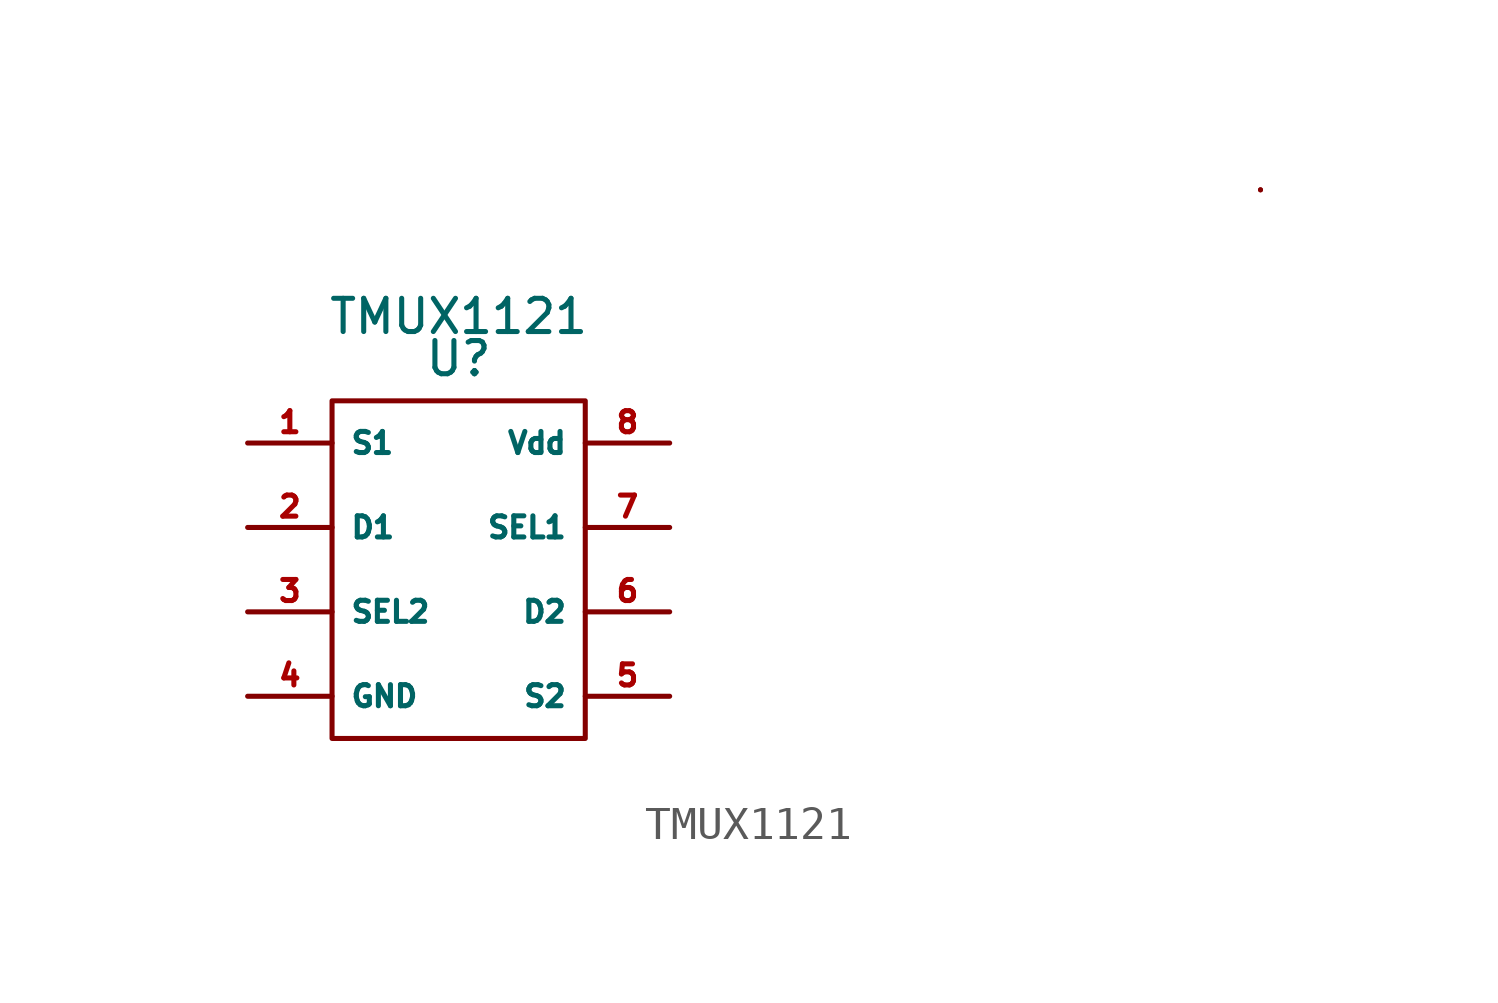
<source format=kicad_sym>
(kicad_symbol_lib
  (version 20211014)
  (generator kicad_symbol_editor)
  (symbol "TMUX1121"
    (property "Reference" "U"
      (at 0 6.35 0)
      (effects (font (size 1 1))))
    (property "Value" "TMUX1121"
      (at 0 7.62 0)
      (effects (font (size 1 1))))
    (symbol "TMUX1121_0_1"
      (rectangle (start -3.81 5.08) (end 3.81 -5.08) (stroke (width 0.152) (type default) (color 0 0 0 0)) (fill (type none)))
      (rectangle (start 24.13 11.43) (end 24.13 11.43) (stroke (width 0.152) (type default) (color 0 0 0 0)) (fill (type none)))
      (rectangle (start 24.13 11.43) (end 24.13 11.43) (stroke (width 0.152) (type default) (color 0 0 0 0)) (fill (type none))))
    (symbol "TMUX1121_1_1"
      (pin bidirectional line (at -6.35 3.81 0) (length 2.54) (name "S1" (effects (font (size 0.635 0.635)))) (number "1" (effects (font (size 0.635 0.635)))))
      (pin bidirectional line (at -6.35 1.27 0) (length 2.54) (name "D1" (effects (font (size 0.635 0.635)))) (number "2" (effects (font (size 0.635 0.635)))))
      (pin input line (at -6.35 -1.27 0) (length 2.54) (name "SEL2" (effects (font (size 0.635 0.635)))) (number "3" (effects (font (size 0.635 0.635)))))
      (pin power_in line (at -6.35 -3.81 0) (length 2.54) (name "GND" (effects (font (size 0.635 0.635)))) (number "4" (effects (font (size 0.635 0.635)))))
      (pin bidirectional line (at 6.35 -3.81 180) (length 2.54) (name "S2" (effects (font (size 0.635 0.635)))) (number "5" (effects (font (size 0.635 0.635)))))
      (pin bidirectional line (at 6.35 -1.27 180) (length 2.54) (name "D2" (effects (font (size 0.635 0.635)))) (number "6" (effects (font (size 0.635 0.635)))))
      (pin input line (at 6.35 1.27 180) (length 2.54) (name "SEL1" (effects (font (size 0.635 0.635)))) (number "7" (effects (font (size 0.635 0.635)))))
      (pin power_in line (at 6.35 3.81 180) (length 2.54) (name "Vdd" (effects (font (size 0.635 0.635)))) (number "8" (effects (font (size 0.635 0.635))))))))
</source>
